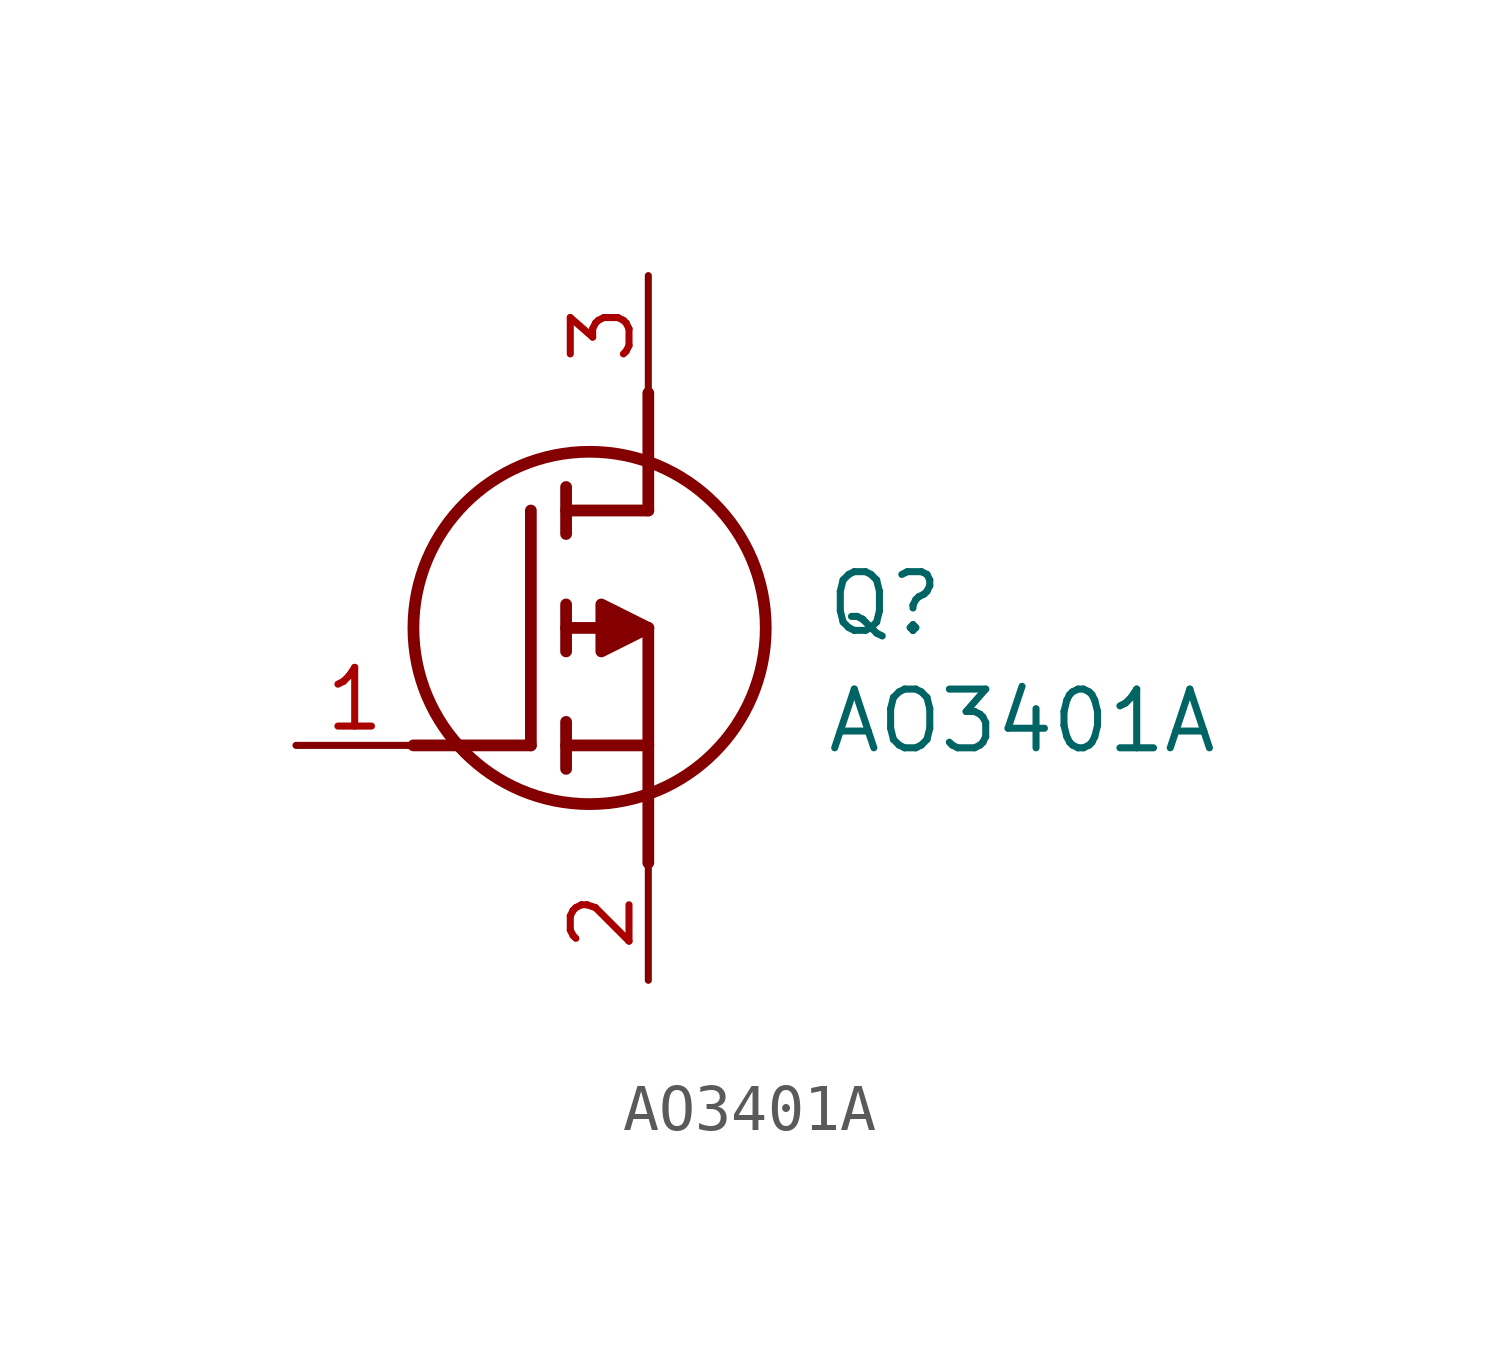
<source format=kicad_sym>
(kicad_symbol_lib
  (version 20241209)
  (generator "kicad_symbol_editor")
  (generator_version "9.0")
  (symbol "AO3401A"
    (pin_names
      (hide yes))
    (property "Reference" "Q"
      (at 11.43 3.81 0)
      (effects (font (size 1.27 1.27)) (justify left top)))
    (property "Value" "AO3401A"
      (at 11.43 1.27 0)
      (effects (font (size 1.27 1.27)) (justify left top)))
    (symbol "AO3401A_1_1"
      (polyline (pts (xy 2.54 0) (xy 5.08 0)) (stroke (width 0.254) (type default)) (fill (type none)))
      (polyline (pts (xy 5.08 5.08) (xy 5.08 0)) (stroke (width 0.254) (type default)) (fill (type none)))
      (polyline (pts (xy 5.842 5.588) (xy 5.842 4.572)) (stroke (width 0.254) (type default)) (fill (type none)))
      (polyline (pts (xy 5.842 2.032) (xy 5.842 3.048)) (stroke (width 0.254) (type default)) (fill (type none)))
      (polyline (pts (xy 5.842 0) (xy 7.62 0)) (stroke (width 0.254) (type default)) (fill (type none)))
      (polyline (pts (xy 5.842 -0.508) (xy 5.842 0.508)) (stroke (width 0.254) (type default)) (fill (type none)))
      (circle (center 6.35 2.54) (radius 3.81) (stroke (width 0.254) (type default)) (fill (type none)))
      (polyline (pts (xy 7.62 5.08) (xy 5.842 5.08)) (stroke (width 0.254) (type default)) (fill (type none)))
      (polyline (pts (xy 7.62 5.08) (xy 7.62 7.62)) (stroke (width 0.254) (type default)) (fill (type none)))
      (polyline (pts (xy 7.62 2.54) (xy 5.842 2.54)) (stroke (width 0.254) (type default)) (fill (type none)))
      (polyline (pts (xy 7.62 2.54) (xy 7.62 -2.54)) (stroke (width 0.254) (type default)) (fill (type none)))
      (polyline (pts (xy 7.62 2.54) (xy 6.604 3.048) (xy 6.604 2.032) (xy 7.62 2.54)) (stroke (width 0.254) (type default)) (fill (type outline)))
      (pin passive line (at 0 0 0) (length 2.54) (name "G" (effects (font (size 1.27 1.27)))) (number "1" (effects (font (size 1.27 1.27)))))
      (pin passive line (at 7.62 10.16 270) (length 2.54) (name "D" (effects (font (size 1.27 1.27)))) (number "3" (effects (font (size 1.27 1.27)))))
      (pin passive line (at 7.62 -5.08 90) (length 2.54) (name "S" (effects (font (size 1.27 1.27)))) (number "2" (effects (font (size 1.27 1.27))))))))
</source>
